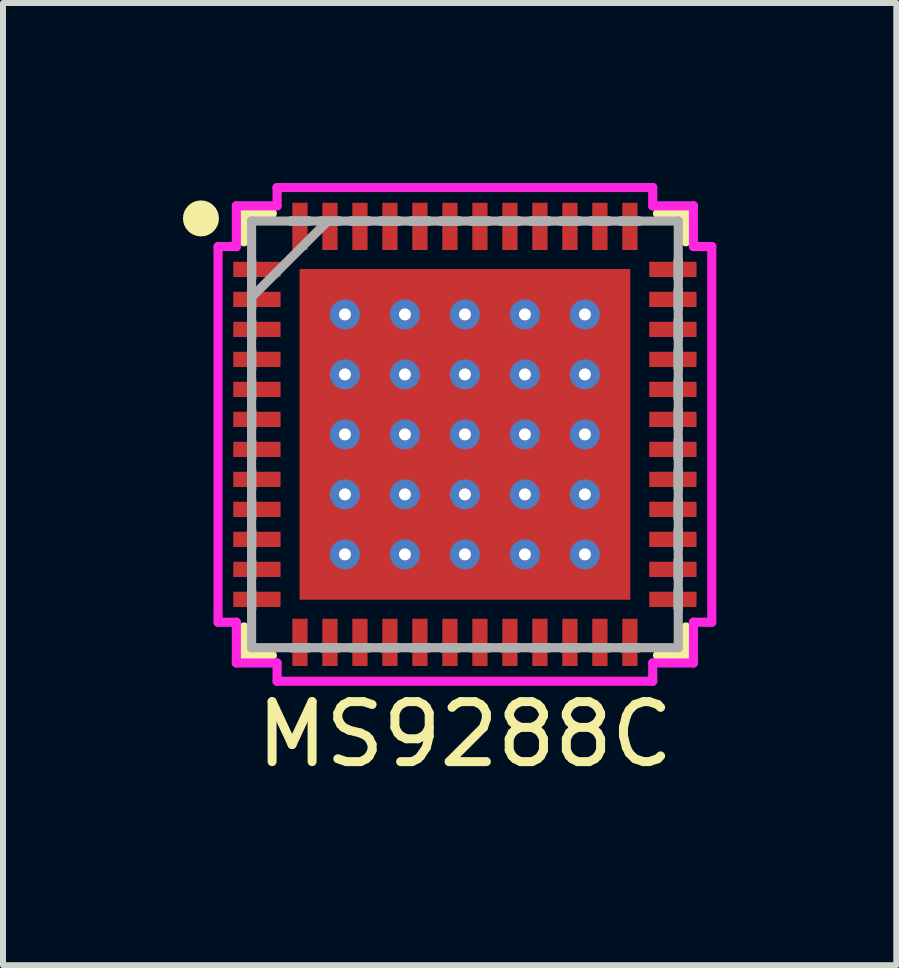
<source format=kicad_pcb>
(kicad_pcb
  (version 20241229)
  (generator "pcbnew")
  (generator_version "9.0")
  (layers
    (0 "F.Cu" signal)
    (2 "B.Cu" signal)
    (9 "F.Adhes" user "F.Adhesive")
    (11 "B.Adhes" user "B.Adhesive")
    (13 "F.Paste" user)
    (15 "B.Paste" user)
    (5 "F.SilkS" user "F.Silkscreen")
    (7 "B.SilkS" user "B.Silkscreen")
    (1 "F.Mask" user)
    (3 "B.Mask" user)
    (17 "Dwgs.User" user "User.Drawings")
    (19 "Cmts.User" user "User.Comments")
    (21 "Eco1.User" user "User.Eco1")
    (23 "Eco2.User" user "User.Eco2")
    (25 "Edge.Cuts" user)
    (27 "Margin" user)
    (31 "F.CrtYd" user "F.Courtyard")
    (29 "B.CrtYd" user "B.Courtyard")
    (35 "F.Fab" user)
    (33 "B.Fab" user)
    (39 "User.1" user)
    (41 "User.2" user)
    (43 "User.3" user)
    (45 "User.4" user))
  (footprint "MS9288C"
    (layer "F.Cu")
    (at 4.7 4.191)
    (property "Reference" "MS9288C" (at 0 5 0) (layer "F.SilkS") (effects (font (size 1 1) (thickness 0.15))))
    (attr through_hole)
    (fp_line (start -3.683 -3.683) (end -3.683 -3.21) (stroke (width 0.152) (type solid)) (layer "F.SilkS"))
    (fp_line (start -3.683 3.21) (end -3.683 3.683) (stroke (width 0.152) (type solid)) (layer "F.SilkS"))
    (fp_line (start -3.683 3.683) (end -3.21 3.683) (stroke (width 0.152) (type solid)) (layer "F.SilkS"))
    (fp_line (start -3.21 -3.683) (end -3.683 -3.683) (stroke (width 0.152) (type solid)) (layer "F.SilkS"))
    (fp_line (start 3.21 3.683) (end 3.683 3.683) (stroke (width 0.152) (type solid)) (layer "F.SilkS"))
    (fp_line (start 3.683 -3.683) (end 3.21 -3.683) (stroke (width 0.152) (type solid)) (layer "F.SilkS"))
    (fp_line (start 3.683 -3.21) (end 3.683 -3.683) (stroke (width 0.152) (type solid)) (layer "F.SilkS"))
    (fp_line (start 3.683 3.683) (end 3.683 3.21) (stroke (width 0.152) (type solid)) (layer "F.SilkS"))
    (fp_circle (center -4.4 -3.6) (end -4.25 -3.6) (stroke (width 0.3) (type solid)) (fill no) (layer "F.SilkS"))
    (fp_line (start -4.115 -3.131) (end -3.81 -3.131) (stroke (width 0.152) (type solid)) (layer "F.CrtYd"))
    (fp_line (start -4.115 3.131) (end -4.115 -3.131) (stroke (width 0.152) (type solid)) (layer "F.CrtYd"))
    (fp_line (start -3.81 -3.81) (end -3.131 -3.81) (stroke (width 0.152) (type solid)) (layer "F.CrtYd"))
    (fp_line (start -3.81 -3.131) (end -3.81 -3.81) (stroke (width 0.152) (type solid)) (layer "F.CrtYd"))
    (fp_line (start -3.81 3.131) (end -4.115 3.131) (stroke (width 0.152) (type solid)) (layer "F.CrtYd"))
    (fp_line (start -3.81 3.81) (end -3.81 3.131) (stroke (width 0.152) (type solid)) (layer "F.CrtYd"))
    (fp_line (start -3.131 -4.115) (end 3.131 -4.115) (stroke (width 0.152) (type solid)) (layer "F.CrtYd"))
    (fp_line (start -3.131 -3.81) (end -3.131 -4.115) (stroke (width 0.152) (type solid)) (layer "F.CrtYd"))
    (fp_line (start -3.131 3.81) (end -3.81 3.81) (stroke (width 0.152) (type solid)) (layer "F.CrtYd"))
    (fp_line (start -3.131 4.115) (end -3.131 3.81) (stroke (width 0.152) (type solid)) (layer "F.CrtYd"))
    (fp_line (start 3.131 -4.115) (end 3.131 -3.81) (stroke (width 0.152) (type solid)) (layer "F.CrtYd"))
    (fp_line (start 3.131 -3.81) (end 3.81 -3.81) (stroke (width 0.152) (type solid)) (layer "F.CrtYd"))
    (fp_line (start 3.131 3.81) (end 3.131 4.115) (stroke (width 0.152) (type solid)) (layer "F.CrtYd"))
    (fp_line (start 3.131 4.115) (end -3.131 4.115) (stroke (width 0.152) (type solid)) (layer "F.CrtYd"))
    (fp_line (start 3.81 -3.81) (end 3.81 -3.131) (stroke (width 0.152) (type solid)) (layer "F.CrtYd"))
    (fp_line (start 3.81 -3.131) (end 4.115 -3.131) (stroke (width 0.152) (type solid)) (layer "F.CrtYd"))
    (fp_line (start 3.81 3.131) (end 3.81 3.81) (stroke (width 0.152) (type solid)) (layer "F.CrtYd"))
    (fp_line (start 3.81 3.81) (end 3.131 3.81) (stroke (width 0.152) (type solid)) (layer "F.CrtYd"))
    (fp_line (start 4.115 -3.131) (end 4.115 3.131) (stroke (width 0.152) (type solid)) (layer "F.CrtYd"))
    (fp_line (start 4.115 3.131) (end 3.81 3.131) (stroke (width 0.152) (type solid)) (layer "F.CrtYd"))
    (fp_line (start -3.556 -3.556) (end -3.556 -3.556) (stroke (width 0.152) (type solid)) (layer "F.Fab"))
    (fp_line (start -3.556 -3.556) (end -3.556 3.556) (stroke (width 0.152) (type solid)) (layer "F.Fab"))
    (fp_line (start -3.556 -2.902) (end -3.556 -2.902) (stroke (width 0.152) (type solid)) (layer "F.Fab"))
    (fp_line (start -3.556 -2.902) (end -3.556 -2.598) (stroke (width 0.152) (type solid)) (layer "F.Fab"))
    (fp_line (start -3.556 -2.598) (end -3.556 -2.902) (stroke (width 0.152) (type solid)) (layer "F.Fab"))
    (fp_line (start -3.556 -2.598) (end -3.556 -2.598) (stroke (width 0.152) (type solid)) (layer "F.Fab"))
    (fp_line (start -3.556 -2.402) (end -3.556 -2.402) (stroke (width 0.152) (type solid)) (layer "F.Fab"))
    (fp_line (start -3.556 -2.402) (end -3.556 -2.098) (stroke (width 0.152) (type solid)) (layer "F.Fab"))
    (fp_line (start -3.556 -2.286) (end -2.286 -3.556) (stroke (width 0.152) (type solid)) (layer "F.Fab"))
    (fp_line (start -3.556 -2.098) (end -3.556 -2.402) (stroke (width 0.152) (type solid)) (layer "F.Fab"))
    (fp_line (start -3.556 -2.098) (end -3.556 -2.098) (stroke (width 0.152) (type solid)) (layer "F.Fab"))
    (fp_line (start -3.556 -1.902) (end -3.556 -1.902) (stroke (width 0.152) (type solid)) (layer "F.Fab"))
    (fp_line (start -3.556 -1.902) (end -3.556 -1.598) (stroke (width 0.152) (type solid)) (layer "F.Fab"))
    (fp_line (start -3.556 -1.598) (end -3.556 -1.902) (stroke (width 0.152) (type solid)) (layer "F.Fab"))
    (fp_line (start -3.556 -1.598) (end -3.556 -1.598) (stroke (width 0.152) (type solid)) (layer "F.Fab"))
    (fp_line (start -3.556 -1.402) (end -3.556 -1.402) (stroke (width 0.152) (type solid)) (layer "F.Fab"))
    (fp_line (start -3.556 -1.402) (end -3.556 -1.098) (stroke (width 0.152) (type solid)) (layer "F.Fab"))
    (fp_line (start -3.556 -1.098) (end -3.556 -1.402) (stroke (width 0.152) (type solid)) (layer "F.Fab"))
    (fp_line (start -3.556 -1.098) (end -3.556 -1.098) (stroke (width 0.152) (type solid)) (layer "F.Fab"))
    (fp_line (start -3.556 -0.902) (end -3.556 -0.902) (stroke (width 0.152) (type solid)) (layer "F.Fab"))
    (fp_line (start -3.556 -0.902) (end -3.556 -0.598) (stroke (width 0.152) (type solid)) (layer "F.Fab"))
    (fp_line (start -3.556 -0.598) (end -3.556 -0.902) (stroke (width 0.152) (type solid)) (layer "F.Fab"))
    (fp_line (start -3.556 -0.598) (end -3.556 -0.598) (stroke (width 0.152) (type solid)) (layer "F.Fab"))
    (fp_line (start -3.556 -0.402) (end -3.556 -0.402) (stroke (width 0.152) (type solid)) (layer "F.Fab"))
    (fp_line (start -3.556 -0.402) (end -3.556 -0.098) (stroke (width 0.152) (type solid)) (layer "F.Fab"))
    (fp_line (start -3.556 -0.098) (end -3.556 -0.402) (stroke (width 0.152) (type solid)) (layer "F.Fab"))
    (fp_line (start -3.556 -0.098) (end -3.556 -0.098) (stroke (width 0.152) (type solid)) (layer "F.Fab"))
    (fp_line (start -3.556 0.098) (end -3.556 0.098) (stroke (width 0.152) (type solid)) (layer "F.Fab"))
    (fp_line (start -3.556 0.098) (end -3.556 0.402) (stroke (width 0.152) (type solid)) (layer "F.Fab"))
    (fp_line (start -3.556 0.402) (end -3.556 0.098) (stroke (width 0.152) (type solid)) (layer "F.Fab"))
    (fp_line (start -3.556 0.402) (end -3.556 0.402) (stroke (width 0.152) (type solid)) (layer "F.Fab"))
    (fp_line (start -3.556 0.598) (end -3.556 0.598) (stroke (width 0.152) (type solid)) (layer "F.Fab"))
    (fp_line (start -3.556 0.598) (end -3.556 0.902) (stroke (width 0.152) (type solid)) (layer "F.Fab"))
    (fp_line (start -3.556 0.902) (end -3.556 0.598) (stroke (width 0.152) (type solid)) (layer "F.Fab"))
    (fp_line (start -3.556 0.902) (end -3.556 0.902) (stroke (width 0.152) (type solid)) (layer "F.Fab"))
    (fp_line (start -3.556 1.098) (end -3.556 1.098) (stroke (width 0.152) (type solid)) (layer "F.Fab"))
    (fp_line (start -3.556 1.098) (end -3.556 1.402) (stroke (width 0.152) (type solid)) (layer "F.Fab"))
    (fp_line (start -3.556 1.402) (end -3.556 1.098) (stroke (width 0.152) (type solid)) (layer "F.Fab"))
    (fp_line (start -3.556 1.402) (end -3.556 1.402) (stroke (width 0.152) (type solid)) (layer "F.Fab"))
    (fp_line (start -3.556 1.598) (end -3.556 1.598) (stroke (width 0.152) (type solid)) (layer "F.Fab"))
    (fp_line (start -3.556 1.598) (end -3.556 1.902) (stroke (width 0.152) (type solid)) (layer "F.Fab"))
    (fp_line (start -3.556 1.902) (end -3.556 1.598) (stroke (width 0.152) (type solid)) (layer "F.Fab"))
    (fp_line (start -3.556 1.902) (end -3.556 1.902) (stroke (width 0.152) (type solid)) (layer "F.Fab"))
    (fp_line (start -3.556 2.098) (end -3.556 2.098) (stroke (width 0.152) (type solid)) (layer "F.Fab"))
    (fp_line (start -3.556 2.098) (end -3.556 2.402) (stroke (width 0.152) (type solid)) (layer "F.Fab"))
    (fp_line (start -3.556 2.402) (end -3.556 2.098) (stroke (width 0.152) (type solid)) (layer "F.Fab"))
    (fp_line (start -3.556 2.402) (end -3.556 2.402) (stroke (width 0.152) (type solid)) (layer "F.Fab"))
    (fp_line (start -3.556 2.598) (end -3.556 2.598) (stroke (width 0.152) (type solid)) (layer "F.Fab"))
    (fp_line (start -3.556 2.598) (end -3.556 2.902) (stroke (width 0.152) (type solid)) (layer "F.Fab"))
    (fp_line (start -3.556 2.902) (end -3.556 2.598) (stroke (width 0.152) (type solid)) (layer "F.Fab"))
    (fp_line (start -3.556 2.902) (end -3.556 2.902) (stroke (width 0.152) (type solid)) (layer "F.Fab"))
    (fp_line (start -3.556 3.556) (end -3.556 3.556) (stroke (width 0.152) (type solid)) (layer "F.Fab"))
    (fp_line (start -3.556 3.556) (end 3.556 3.556) (stroke (width 0.152) (type solid)) (layer "F.Fab"))
    (fp_line (start -2.902 -3.556) (end -2.902 -3.556) (stroke (width 0.152) (type solid)) (layer "F.Fab"))
    (fp_line (start -2.902 -3.556) (end -2.598 -3.556) (stroke (width 0.152) (type solid)) (layer "F.Fab"))
    (fp_line (start -2.902 3.556) (end -2.902 3.556) (stroke (width 0.152) (type solid)) (layer "F.Fab"))
    (fp_line (start -2.902 3.556) (end -2.598 3.556) (stroke (width 0.152) (type solid)) (layer "F.Fab"))
    (fp_line (start -2.598 -3.556) (end -2.902 -3.556) (stroke (width 0.152) (type solid)) (layer "F.Fab"))
    (fp_line (start -2.598 -3.556) (end -2.598 -3.556) (stroke (width 0.152) (type solid)) (layer "F.Fab"))
    (fp_line (start -2.598 3.556) (end -2.902 3.556) (stroke (width 0.152) (type solid)) (layer "F.Fab"))
    (fp_line (start -2.598 3.556) (end -2.598 3.556) (stroke (width 0.152) (type solid)) (layer "F.Fab"))
    (fp_line (start -2.402 -3.556) (end -2.402 -3.556) (stroke (width 0.152) (type solid)) (layer "F.Fab"))
    (fp_line (start -2.402 -3.556) (end -2.098 -3.556) (stroke (width 0.152) (type solid)) (layer "F.Fab"))
    (fp_line (start -2.402 3.556) (end -2.402 3.556) (stroke (width 0.152) (type solid)) (layer "F.Fab"))
    (fp_line (start -2.402 3.556) (end -2.098 3.556) (stroke (width 0.152) (type solid)) (layer "F.Fab"))
    (fp_line (start -2.098 -3.556) (end -2.402 -3.556) (stroke (width 0.152) (type solid)) (layer "F.Fab"))
    (fp_line (start -2.098 -3.556) (end -2.098 -3.556) (stroke (width 0.152) (type solid)) (layer "F.Fab"))
    (fp_line (start -2.098 3.556) (end -2.402 3.556) (stroke (width 0.152) (type solid)) (layer "F.Fab"))
    (fp_line (start -2.098 3.556) (end -2.098 3.556) (stroke (width 0.152) (type solid)) (layer "F.Fab"))
    (fp_line (start -1.902 -3.556) (end -1.902 -3.556) (stroke (width 0.152) (type solid)) (layer "F.Fab"))
    (fp_line (start -1.902 -3.556) (end -1.598 -3.556) (stroke (width 0.152) (type solid)) (layer "F.Fab"))
    (fp_line (start -1.902 3.556) (end -1.902 3.556) (stroke (width 0.152) (type solid)) (layer "F.Fab"))
    (fp_line (start -1.902 3.556) (end -1.598 3.556) (stroke (width 0.152) (type solid)) (layer "F.Fab"))
    (fp_line (start -1.598 -3.556) (end -1.902 -3.556) (stroke (width 0.152) (type solid)) (layer "F.Fab"))
    (fp_line (start -1.598 -3.556) (end -1.598 -3.556) (stroke (width 0.152) (type solid)) (layer "F.Fab"))
    (fp_line (start -1.598 3.556) (end -1.902 3.556) (stroke (width 0.152) (type solid)) (layer "F.Fab"))
    (fp_line (start -1.598 3.556) (end -1.598 3.556) (stroke (width 0.152) (type solid)) (layer "F.Fab"))
    (fp_line (start -1.402 -3.556) (end -1.402 -3.556) (stroke (width 0.152) (type solid)) (layer "F.Fab"))
    (fp_line (start -1.402 -3.556) (end -1.098 -3.556) (stroke (width 0.152) (type solid)) (layer "F.Fab"))
    (fp_line (start -1.402 3.556) (end -1.402 3.556) (stroke (width 0.152) (type solid)) (layer "F.Fab"))
    (fp_line (start -1.402 3.556) (end -1.098 3.556) (stroke (width 0.152) (type solid)) (layer "F.Fab"))
    (fp_line (start -1.098 -3.556) (end -1.402 -3.556) (stroke (width 0.152) (type solid)) (layer "F.Fab"))
    (fp_line (start -1.098 -3.556) (end -1.098 -3.556) (stroke (width 0.152) (type solid)) (layer "F.Fab"))
    (fp_line (start -1.098 3.556) (end -1.402 3.556) (stroke (width 0.152) (type solid)) (layer "F.Fab"))
    (fp_line (start -1.098 3.556) (end -1.098 3.556) (stroke (width 0.152) (type solid)) (layer "F.Fab"))
    (fp_line (start -0.902 -3.556) (end -0.902 -3.556) (stroke (width 0.152) (type solid)) (layer "F.Fab"))
    (fp_line (start -0.902 -3.556) (end -0.598 -3.556) (stroke (width 0.152) (type solid)) (layer "F.Fab"))
    (fp_line (start -0.902 3.556) (end -0.902 3.556) (stroke (width 0.152) (type solid)) (layer "F.Fab"))
    (fp_line (start -0.902 3.556) (end -0.598 3.556) (stroke (width 0.152) (type solid)) (layer "F.Fab"))
    (fp_line (start -0.598 -3.556) (end -0.902 -3.556) (stroke (width 0.152) (type solid)) (layer "F.Fab"))
    (fp_line (start -0.598 -3.556) (end -0.598 -3.556) (stroke (width 0.152) (type solid)) (layer "F.Fab"))
    (fp_line (start -0.598 3.556) (end -0.902 3.556) (stroke (width 0.152) (type solid)) (layer "F.Fab"))
    (fp_line (start -0.598 3.556) (end -0.598 3.556) (stroke (width 0.152) (type solid)) (layer "F.Fab"))
    (fp_line (start -0.402 -3.556) (end -0.402 -3.556) (stroke (width 0.152) (type solid)) (layer "F.Fab"))
    (fp_line (start -0.402 -3.556) (end -0.098 -3.556) (stroke (width 0.152) (type solid)) (layer "F.Fab"))
    (fp_line (start -0.402 3.556) (end -0.402 3.556) (stroke (width 0.152) (type solid)) (layer "F.Fab"))
    (fp_line (start -0.402 3.556) (end -0.098 3.556) (stroke (width 0.152) (type solid)) (layer "F.Fab"))
    (fp_line (start -0.098 -3.556) (end -0.402 -3.556) (stroke (width 0.152) (type solid)) (layer "F.Fab"))
    (fp_line (start -0.098 -3.556) (end -0.098 -3.556) (stroke (width 0.152) (type solid)) (layer "F.Fab"))
    (fp_line (start -0.098 3.556) (end -0.402 3.556) (stroke (width 0.152) (type solid)) (layer "F.Fab"))
    (fp_line (start -0.098 3.556) (end -0.098 3.556) (stroke (width 0.152) (type solid)) (layer "F.Fab"))
    (fp_line (start 0.098 -3.556) (end 0.098 -3.556) (stroke (width 0.152) (type solid)) (layer "F.Fab"))
    (fp_line (start 0.098 -3.556) (end 0.402 -3.556) (stroke (width 0.152) (type solid)) (layer "F.Fab"))
    (fp_line (start 0.098 3.556) (end 0.098 3.556) (stroke (width 0.152) (type solid)) (layer "F.Fab"))
    (fp_line (start 0.098 3.556) (end 0.402 3.556) (stroke (width 0.152) (type solid)) (layer "F.Fab"))
    (fp_line (start 0.402 -3.556) (end 0.098 -3.556) (stroke (width 0.152) (type solid)) (layer "F.Fab"))
    (fp_line (start 0.402 -3.556) (end 0.402 -3.556) (stroke (width 0.152) (type solid)) (layer "F.Fab"))
    (fp_line (start 0.402 3.556) (end 0.098 3.556) (stroke (width 0.152) (type solid)) (layer "F.Fab"))
    (fp_line (start 0.402 3.556) (end 0.402 3.556) (stroke (width 0.152) (type solid)) (layer "F.Fab"))
    (fp_line (start 0.598 -3.556) (end 0.598 -3.556) (stroke (width 0.152) (type solid)) (layer "F.Fab"))
    (fp_line (start 0.598 -3.556) (end 0.902 -3.556) (stroke (width 0.152) (type solid)) (layer "F.Fab"))
    (fp_line (start 0.598 3.556) (end 0.598 3.556) (stroke (width 0.152) (type solid)) (layer "F.Fab"))
    (fp_line (start 0.598 3.556) (end 0.902 3.556) (stroke (width 0.152) (type solid)) (layer "F.Fab"))
    (fp_line (start 0.902 -3.556) (end 0.598 -3.556) (stroke (width 0.152) (type solid)) (layer "F.Fab"))
    (fp_line (start 0.902 -3.556) (end 0.902 -3.556) (stroke (width 0.152) (type solid)) (layer "F.Fab"))
    (fp_line (start 0.902 3.556) (end 0.598 3.556) (stroke (width 0.152) (type solid)) (layer "F.Fab"))
    (fp_line (start 0.902 3.556) (end 0.902 3.556) (stroke (width 0.152) (type solid)) (layer "F.Fab"))
    (fp_line (start 1.098 -3.556) (end 1.098 -3.556) (stroke (width 0.152) (type solid)) (layer "F.Fab"))
    (fp_line (start 1.098 -3.556) (end 1.402 -3.556) (stroke (width 0.152) (type solid)) (layer "F.Fab"))
    (fp_line (start 1.098 3.556) (end 1.098 3.556) (stroke (width 0.152) (type solid)) (layer "F.Fab"))
    (fp_line (start 1.098 3.556) (end 1.402 3.556) (stroke (width 0.152) (type solid)) (layer "F.Fab"))
    (fp_line (start 1.402 -3.556) (end 1.098 -3.556) (stroke (width 0.152) (type solid)) (layer "F.Fab"))
    (fp_line (start 1.402 -3.556) (end 1.402 -3.556) (stroke (width 0.152) (type solid)) (layer "F.Fab"))
    (fp_line (start 1.402 3.556) (end 1.098 3.556) (stroke (width 0.152) (type solid)) (layer "F.Fab"))
    (fp_line (start 1.402 3.556) (end 1.402 3.556) (stroke (width 0.152) (type solid)) (layer "F.Fab"))
    (fp_line (start 1.598 -3.556) (end 1.598 -3.556) (stroke (width 0.152) (type solid)) (layer "F.Fab"))
    (fp_line (start 1.598 -3.556) (end 1.902 -3.556) (stroke (width 0.152) (type solid)) (layer "F.Fab"))
    (fp_line (start 1.598 3.556) (end 1.598 3.556) (stroke (width 0.152) (type solid)) (layer "F.Fab"))
    (fp_line (start 1.598 3.556) (end 1.902 3.556) (stroke (width 0.152) (type solid)) (layer "F.Fab"))
    (fp_line (start 1.902 -3.556) (end 1.598 -3.556) (stroke (width 0.152) (type solid)) (layer "F.Fab"))
    (fp_line (start 1.902 -3.556) (end 1.902 -3.556) (stroke (width 0.152) (type solid)) (layer "F.Fab"))
    (fp_line (start 1.902 3.556) (end 1.598 3.556) (stroke (width 0.152) (type solid)) (layer "F.Fab"))
    (fp_line (start 1.902 3.556) (end 1.902 3.556) (stroke (width 0.152) (type solid)) (layer "F.Fab"))
    (fp_line (start 2.098 -3.556) (end 2.098 -3.556) (stroke (width 0.152) (type solid)) (layer "F.Fab"))
    (fp_line (start 2.098 -3.556) (end 2.402 -3.556) (stroke (width 0.152) (type solid)) (layer "F.Fab"))
    (fp_line (start 2.098 3.556) (end 2.098 3.556) (stroke (width 0.152) (type solid)) (layer "F.Fab"))
    (fp_line (start 2.098 3.556) (end 2.402 3.556) (stroke (width 0.152) (type solid)) (layer "F.Fab"))
    (fp_line (start 2.402 -3.556) (end 2.098 -3.556) (stroke (width 0.152) (type solid)) (layer "F.Fab"))
    (fp_line (start 2.402 -3.556) (end 2.402 -3.556) (stroke (width 0.152) (type solid)) (layer "F.Fab"))
    (fp_line (start 2.402 3.556) (end 2.098 3.556) (stroke (width 0.152) (type solid)) (layer "F.Fab"))
    (fp_line (start 2.402 3.556) (end 2.402 3.556) (stroke (width 0.152) (type solid)) (layer "F.Fab"))
    (fp_line (start 2.598 -3.556) (end 2.598 -3.556) (stroke (width 0.152) (type solid)) (layer "F.Fab"))
    (fp_line (start 2.598 -3.556) (end 2.902 -3.556) (stroke (width 0.152) (type solid)) (layer "F.Fab"))
    (fp_line (start 2.598 3.556) (end 2.598 3.556) (stroke (width 0.152) (type solid)) (layer "F.Fab"))
    (fp_line (start 2.598 3.556) (end 2.902 3.556) (stroke (width 0.152) (type solid)) (layer "F.Fab"))
    (fp_line (start 2.902 -3.556) (end 2.598 -3.556) (stroke (width 0.152) (type solid)) (layer "F.Fab"))
    (fp_line (start 2.902 -3.556) (end 2.902 -3.556) (stroke (width 0.152) (type solid)) (layer "F.Fab"))
    (fp_line (start 2.902 3.556) (end 2.598 3.556) (stroke (width 0.152) (type solid)) (layer "F.Fab"))
    (fp_line (start 2.902 3.556) (end 2.902 3.556) (stroke (width 0.152) (type solid)) (layer "F.Fab"))
    (fp_line (start 3.556 -3.556) (end -3.556 -3.556) (stroke (width 0.152) (type solid)) (layer "F.Fab"))
    (fp_line (start 3.556 -3.556) (end 3.556 -3.556) (stroke (width 0.152) (type solid)) (layer "F.Fab"))
    (fp_line (start 3.556 -2.902) (end 3.556 -2.902) (stroke (width 0.152) (type solid)) (layer "F.Fab"))
    (fp_line (start 3.556 -2.902) (end 3.556 -2.598) (stroke (width 0.152) (type solid)) (layer "F.Fab"))
    (fp_line (start 3.556 -2.598) (end 3.556 -2.902) (stroke (width 0.152) (type solid)) (layer "F.Fab"))
    (fp_line (start 3.556 -2.598) (end 3.556 -2.598) (stroke (width 0.152) (type solid)) (layer "F.Fab"))
    (fp_line (start 3.556 -2.402) (end 3.556 -2.402) (stroke (width 0.152) (type solid)) (layer "F.Fab"))
    (fp_line (start 3.556 -2.402) (end 3.556 -2.098) (stroke (width 0.152) (type solid)) (layer "F.Fab"))
    (fp_line (start 3.556 -2.098) (end 3.556 -2.402) (stroke (width 0.152) (type solid)) (layer "F.Fab"))
    (fp_line (start 3.556 -2.098) (end 3.556 -2.098) (stroke (width 0.152) (type solid)) (layer "F.Fab"))
    (fp_line (start 3.556 -1.902) (end 3.556 -1.902) (stroke (width 0.152) (type solid)) (layer "F.Fab"))
    (fp_line (start 3.556 -1.902) (end 3.556 -1.598) (stroke (width 0.152) (type solid)) (layer "F.Fab"))
    (fp_line (start 3.556 -1.598) (end 3.556 -1.902) (stroke (width 0.152) (type solid)) (layer "F.Fab"))
    (fp_line (start 3.556 -1.598) (end 3.556 -1.598) (stroke (width 0.152) (type solid)) (layer "F.Fab"))
    (fp_line (start 3.556 -1.402) (end 3.556 -1.402) (stroke (width 0.152) (type solid)) (layer "F.Fab"))
    (fp_line (start 3.556 -1.402) (end 3.556 -1.098) (stroke (width 0.152) (type solid)) (layer "F.Fab"))
    (fp_line (start 3.556 -1.098) (end 3.556 -1.402) (stroke (width 0.152) (type solid)) (layer "F.Fab"))
    (fp_line (start 3.556 -1.098) (end 3.556 -1.098) (stroke (width 0.152) (type solid)) (layer "F.Fab"))
    (fp_line (start 3.556 -0.902) (end 3.556 -0.902) (stroke (width 0.152) (type solid)) (layer "F.Fab"))
    (fp_line (start 3.556 -0.902) (end 3.556 -0.598) (stroke (width 0.152) (type solid)) (layer "F.Fab"))
    (fp_line (start 3.556 -0.598) (end 3.556 -0.902) (stroke (width 0.152) (type solid)) (layer "F.Fab"))
    (fp_line (start 3.556 -0.598) (end 3.556 -0.598) (stroke (width 0.152) (type solid)) (layer "F.Fab"))
    (fp_line (start 3.556 -0.402) (end 3.556 -0.402) (stroke (width 0.152) (type solid)) (layer "F.Fab"))
    (fp_line (start 3.556 -0.402) (end 3.556 -0.098) (stroke (width 0.152) (type solid)) (layer "F.Fab"))
    (fp_line (start 3.556 -0.098) (end 3.556 -0.402) (stroke (width 0.152) (type solid)) (layer "F.Fab"))
    (fp_line (start 3.556 -0.098) (end 3.556 -0.098) (stroke (width 0.152) (type solid)) (layer "F.Fab"))
    (fp_line (start 3.556 0.098) (end 3.556 0.098) (stroke (width 0.152) (type solid)) (layer "F.Fab"))
    (fp_line (start 3.556 0.098) (end 3.556 0.402) (stroke (width 0.152) (type solid)) (layer "F.Fab"))
    (fp_line (start 3.556 0.402) (end 3.556 0.098) (stroke (width 0.152) (type solid)) (layer "F.Fab"))
    (fp_line (start 3.556 0.402) (end 3.556 0.402) (stroke (width 0.152) (type solid)) (layer "F.Fab"))
    (fp_line (start 3.556 0.598) (end 3.556 0.598) (stroke (width 0.152) (type solid)) (layer "F.Fab"))
    (fp_line (start 3.556 0.598) (end 3.556 0.902) (stroke (width 0.152) (type solid)) (layer "F.Fab"))
    (fp_line (start 3.556 0.902) (end 3.556 0.598) (stroke (width 0.152) (type solid)) (layer "F.Fab"))
    (fp_line (start 3.556 0.902) (end 3.556 0.902) (stroke (width 0.152) (type solid)) (layer "F.Fab"))
    (fp_line (start 3.556 1.098) (end 3.556 1.098) (stroke (width 0.152) (type solid)) (layer "F.Fab"))
    (fp_line (start 3.556 1.098) (end 3.556 1.402) (stroke (width 0.152) (type solid)) (layer "F.Fab"))
    (fp_line (start 3.556 1.402) (end 3.556 1.098) (stroke (width 0.152) (type solid)) (layer "F.Fab"))
    (fp_line (start 3.556 1.402) (end 3.556 1.402) (stroke (width 0.152) (type solid)) (layer "F.Fab"))
    (fp_line (start 3.556 1.598) (end 3.556 1.598) (stroke (width 0.152) (type solid)) (layer "F.Fab"))
    (fp_line (start 3.556 1.598) (end 3.556 1.902) (stroke (width 0.152) (type solid)) (layer "F.Fab"))
    (fp_line (start 3.556 1.902) (end 3.556 1.598) (stroke (width 0.152) (type solid)) (layer "F.Fab"))
    (fp_line (start 3.556 1.902) (end 3.556 1.902) (stroke (width 0.152) (type solid)) (layer "F.Fab"))
    (fp_line (start 3.556 2.098) (end 3.556 2.098) (stroke (width 0.152) (type solid)) (layer "F.Fab"))
    (fp_line (start 3.556 2.098) (end 3.556 2.402) (stroke (width 0.152) (type solid)) (layer "F.Fab"))
    (fp_line (start 3.556 2.402) (end 3.556 2.098) (stroke (width 0.152) (type solid)) (layer "F.Fab"))
    (fp_line (start 3.556 2.402) (end 3.556 2.402) (stroke (width 0.152) (type solid)) (layer "F.Fab"))
    (fp_line (start 3.556 2.598) (end 3.556 2.598) (stroke (width 0.152) (type solid)) (layer "F.Fab"))
    (fp_line (start 3.556 2.598) (end 3.556 2.902) (stroke (width 0.152) (type solid)) (layer "F.Fab"))
    (fp_line (start 3.556 2.902) (end 3.556 2.598) (stroke (width 0.152) (type solid)) (layer "F.Fab"))
    (fp_line (start 3.556 2.902) (end 3.556 2.902) (stroke (width 0.152) (type solid)) (layer "F.Fab"))
    (fp_line (start 3.556 3.556) (end 3.556 -3.556) (stroke (width 0.152) (type solid)) (layer "F.Fab"))
    (fp_line (start 3.556 3.556) (end 3.556 3.556) (stroke (width 0.152) (type solid)) (layer "F.Fab"))
    (pad "1" smd rect (at -3.467 -2.75 90) (size 0.254 0.787) (layers "F.Cu" "F.Mask" "F.Paste"))
    (pad "2" smd rect (at -3.467 -2.25 90) (size 0.254 0.787) (layers "F.Cu" "F.Mask" "F.Paste"))
    (pad "3" smd rect (at -3.467 -1.75 90) (size 0.254 0.787) (layers "F.Cu" "F.Mask" "F.Paste"))
    (pad "4" smd rect (at -3.467 -1.25 90) (size 0.254 0.787) (layers "F.Cu" "F.Mask" "F.Paste"))
    (pad "5" smd rect (at -3.467 -0.75 90) (size 0.254 0.787) (layers "F.Cu" "F.Mask" "F.Paste"))
    (pad "6" smd rect (at -3.467 -0.25 90) (size 0.254 0.787) (layers "F.Cu" "F.Mask" "F.Paste"))
    (pad "7" smd rect (at -3.467 0.25 90) (size 0.254 0.787) (layers "F.Cu" "F.Mask" "F.Paste"))
    (pad "8" smd rect (at -3.467 0.75 90) (size 0.254 0.787) (layers "F.Cu" "F.Mask" "F.Paste"))
    (pad "9" smd rect (at -3.467 1.25 90) (size 0.254 0.787) (layers "F.Cu" "F.Mask" "F.Paste"))
    (pad "10" smd rect (at -3.467 1.75 90) (size 0.254 0.787) (layers "F.Cu" "F.Mask" "F.Paste"))
    (pad "11" smd rect (at -3.467 2.25 90) (size 0.254 0.787) (layers "F.Cu" "F.Mask" "F.Paste"))
    (pad "12" smd rect (at -3.467 2.75 90) (size 0.254 0.787) (layers "F.Cu" "F.Mask" "F.Paste"))
    (pad "13" smd rect (at -2.75 3.467) (size 0.254 0.787) (layers "F.Cu" "F.Mask" "F.Paste"))
    (pad "14" smd rect (at -2.25 3.467) (size 0.254 0.787) (layers "F.Cu" "F.Mask" "F.Paste"))
    (pad "15" smd rect (at -1.75 3.467) (size 0.254 0.787) (layers "F.Cu" "F.Mask" "F.Paste"))
    (pad "16" smd rect (at -1.25 3.467) (size 0.254 0.787) (layers "F.Cu" "F.Mask" "F.Paste"))
    (pad "17" smd rect (at -0.75 3.467) (size 0.254 0.787) (layers "F.Cu" "F.Mask" "F.Paste"))
    (pad "18" smd rect (at -0.25 3.467) (size 0.254 0.787) (layers "F.Cu" "F.Mask" "F.Paste"))
    (pad "19" smd rect (at 0.25 3.467) (size 0.254 0.787) (layers "F.Cu" "F.Mask" "F.Paste"))
    (pad "20" smd rect (at 0.75 3.467) (size 0.254 0.787) (layers "F.Cu" "F.Mask" "F.Paste"))
    (pad "21" smd rect (at 1.25 3.467) (size 0.254 0.787) (layers "F.Cu" "F.Mask" "F.Paste"))
    (pad "22" smd rect (at 1.75 3.467) (size 0.254 0.787) (layers "F.Cu" "F.Mask" "F.Paste"))
    (pad "23" smd rect (at 2.25 3.467) (size 0.254 0.787) (layers "F.Cu" "F.Mask" "F.Paste"))
    (pad "24" smd rect (at 2.75 3.467) (size 0.254 0.787) (layers "F.Cu" "F.Mask" "F.Paste"))
    (pad "25" smd rect (at 3.467 2.75 90) (size 0.254 0.787) (layers "F.Cu" "F.Mask" "F.Paste"))
    (pad "26" smd rect (at 3.467 2.25 90) (size 0.254 0.787) (layers "F.Cu" "F.Mask" "F.Paste"))
    (pad "27" smd rect (at 3.467 1.75 90) (size 0.254 0.787) (layers "F.Cu" "F.Mask" "F.Paste"))
    (pad "28" smd rect (at 3.467 1.25 90) (size 0.254 0.787) (layers "F.Cu" "F.Mask" "F.Paste"))
    (pad "29" smd rect (at 3.467 0.75 90) (size 0.254 0.787) (layers "F.Cu" "F.Mask" "F.Paste"))
    (pad "30" smd rect (at 3.467 0.25 90) (size 0.254 0.787) (layers "F.Cu" "F.Mask" "F.Paste"))
    (pad "31" smd rect (at 3.467 -0.25 90) (size 0.254 0.787) (layers "F.Cu" "F.Mask" "F.Paste"))
    (pad "32" smd rect (at 3.467 -0.75 90) (size 0.254 0.787) (layers "F.Cu" "F.Mask" "F.Paste"))
    (pad "33" smd rect (at 3.467 -1.25 90) (size 0.254 0.787) (layers "F.Cu" "F.Mask" "F.Paste"))
    (pad "34" smd rect (at 3.467 -1.75 90) (size 0.254 0.787) (layers "F.Cu" "F.Mask" "F.Paste"))
    (pad "35" smd rect (at 3.467 -2.25 90) (size 0.254 0.787) (layers "F.Cu" "F.Mask" "F.Paste"))
    (pad "36" smd rect (at 3.467 -2.75 90) (size 0.254 0.787) (layers "F.Cu" "F.Mask" "F.Paste"))
    (pad "37" smd rect (at 2.75 -3.467) (size 0.254 0.787) (layers "F.Cu" "F.Mask" "F.Paste"))
    (pad "38" smd rect (at 2.25 -3.467) (size 0.254 0.787) (layers "F.Cu" "F.Mask" "F.Paste"))
    (pad "39" smd rect (at 1.75 -3.467) (size 0.254 0.787) (layers "F.Cu" "F.Mask" "F.Paste"))
    (pad "40" smd rect (at 1.25 -3.467) (size 0.254 0.787) (layers "F.Cu" "F.Mask" "F.Paste"))
    (pad "41" smd rect (at 0.75 -3.467) (size 0.254 0.787) (layers "F.Cu" "F.Mask" "F.Paste"))
    (pad "42" smd rect (at 0.25 -3.467) (size 0.254 0.787) (layers "F.Cu" "F.Mask" "F.Paste"))
    (pad "43" smd rect (at -0.25 -3.467) (size 0.254 0.787) (layers "F.Cu" "F.Mask" "F.Paste"))
    (pad "44" smd rect (at -0.75 -3.467) (size 0.254 0.787) (layers "F.Cu" "F.Mask" "F.Paste"))
    (pad "45" smd rect (at -1.25 -3.467) (size 0.254 0.787) (layers "F.Cu" "F.Mask" "F.Paste"))
    (pad "46" smd rect (at -1.75 -3.467) (size 0.254 0.787) (layers "F.Cu" "F.Mask" "F.Paste"))
    (pad "47" smd rect (at -2.25 -3.467) (size 0.254 0.787) (layers "F.Cu" "F.Mask" "F.Paste"))
    (pad "48" smd rect (at -2.75 -3.467) (size 0.254 0.787) (layers "F.Cu" "F.Mask" "F.Paste"))
    (pad "49" thru_hole circle (at -2 -2) (size 0.5 0.5) (drill 0.2) (layers "*.Cu"))
    (pad "49" thru_hole circle (at -2 -1) (size 0.5 0.5) (drill 0.2) (layers "*.Cu"))
    (pad "49" thru_hole circle (at -2 0) (size 0.5 0.5) (drill 0.2) (layers "*.Cu"))
    (pad "49" thru_hole circle (at -2 1) (size 0.5 0.5) (drill 0.2) (layers "*.Cu"))
    (pad "49" thru_hole circle (at -2 2) (size 0.5 0.5) (drill 0.2) (layers "*.Cu"))
    (pad "49" thru_hole circle (at -1 -2) (size 0.5 0.5) (drill 0.2) (layers "*.Cu"))
    (pad "49" thru_hole circle (at -1 -1) (size 0.5 0.5) (drill 0.2) (layers "*.Cu"))
    (pad "49" thru_hole circle (at -1 0) (size 0.5 0.5) (drill 0.2) (layers "*.Cu"))
    (pad "49" thru_hole circle (at -1 1) (size 0.5 0.5) (drill 0.2) (layers "*.Cu"))
    (pad "49" thru_hole circle (at -1 2) (size 0.5 0.5) (drill 0.2) (layers "*.Cu"))
    (pad "49" thru_hole circle (at 0 -2) (size 0.5 0.5) (drill 0.2) (layers "*.Cu"))
    (pad "49" thru_hole circle (at 0 -1) (size 0.5 0.5) (drill 0.2) (layers "*.Cu"))
    (pad "49" thru_hole circle (at 0 0) (size 0.5 0.5) (drill 0.2) (layers "*.Cu"))
    (pad "49" smd rect (at 0 0) (size 5.512 5.512) (layers "F.Cu" "F.Mask" "F.Paste"))
    (pad "49" thru_hole circle (at 0 1) (size 0.5 0.5) (drill 0.2) (layers "*.Cu"))
    (pad "49" thru_hole circle (at 0 2) (size 0.5 0.5) (drill 0.2) (layers "*.Cu"))
    (pad "49" thru_hole circle (at 1 -2) (size 0.5 0.5) (drill 0.2) (layers "*.Cu"))
    (pad "49" thru_hole circle (at 1 -1) (size 0.5 0.5) (drill 0.2) (layers "*.Cu"))
    (pad "49" thru_hole circle (at 1 0) (size 0.5 0.5) (drill 0.2) (layers "*.Cu"))
    (pad "49" thru_hole circle (at 1 1) (size 0.5 0.5) (drill 0.2) (layers "*.Cu"))
    (pad "49" thru_hole circle (at 1 2) (size 0.5 0.5) (drill 0.2) (layers "*.Cu"))
    (pad "49" thru_hole circle (at 2 -2) (size 0.5 0.5) (drill 0.2) (layers "*.Cu"))
    (pad "49" thru_hole circle (at 2 -1) (size 0.5 0.5) (drill 0.2) (layers "*.Cu"))
    (pad "49" thru_hole circle (at 2 0) (size 0.5 0.5) (drill 0.2) (layers "*.Cu"))
    (pad "49" thru_hole circle (at 2 1) (size 0.5 0.5) (drill 0.2) (layers "*.Cu"))
    (pad "49" thru_hole circle (at 2 2) (size 0.5 0.5) (drill 0.2) (layers "*.Cu")))
  (gr_rect
    (start -3 -3)
    (end 11.891 13.039)
    (stroke (width 0.1) (type default))
    (fill no)
    (layer "Edge.Cuts")))
</source>
